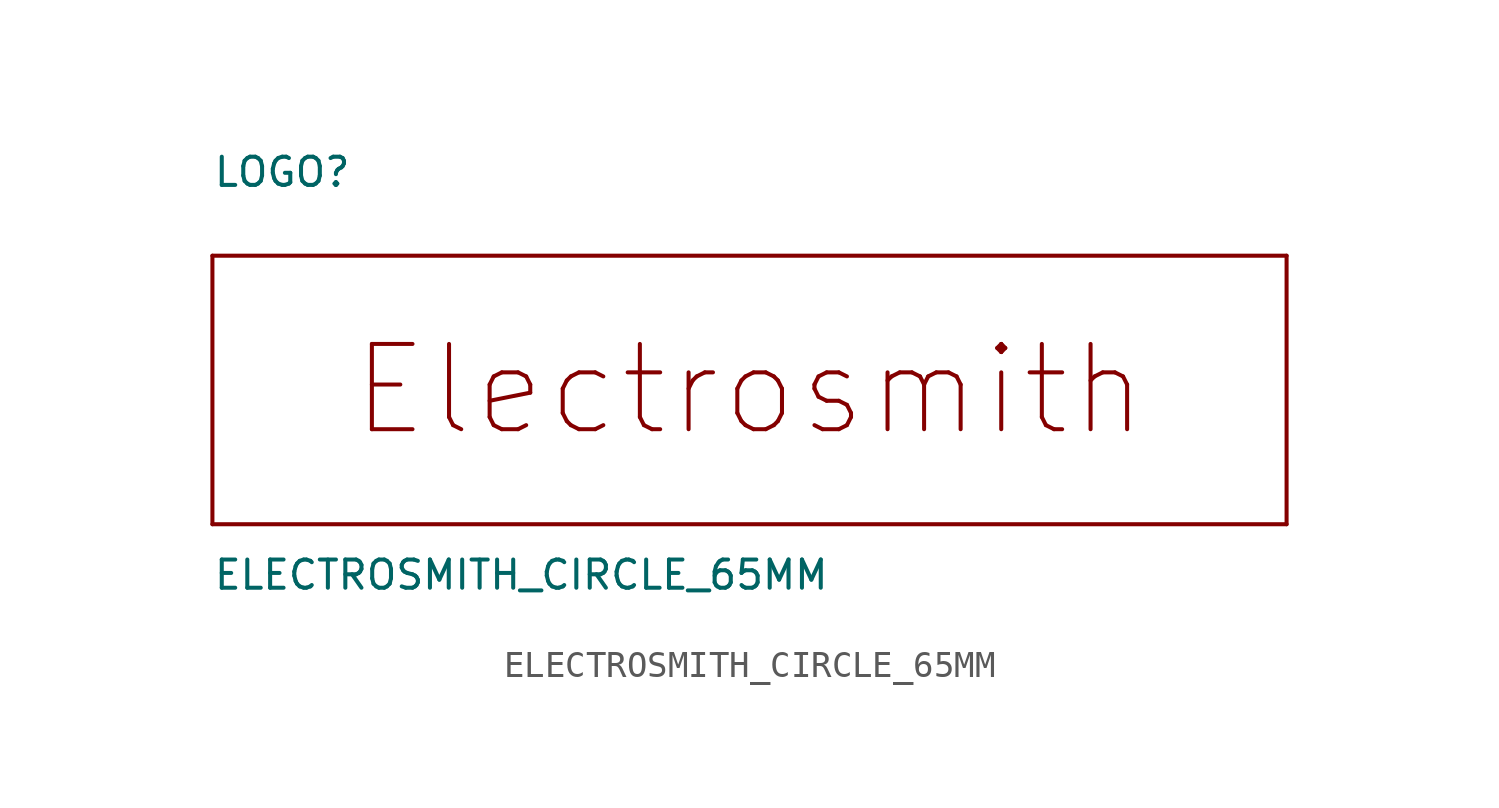
<source format=kicad_sym>
(kicad_symbol_lib
  (version 20211014)
  (generator kicad_symbol_editor)
  (symbol "ELECTROSMITH_CIRCLE_65MM"
    (pin_names
      (offset 1.016))
    (property "Reference" "LOGO"
      (at -20.32 7.62 0)
      (effects (font (size 1.067 1.067)) (justify left bottom)))
    (property "Value" "ELECTROSMITH_CIRCLE_65MM"
      (at -20.32 -7.62 0)
      (effects (font (size 1.067 1.067)) (justify left bottom)))
    (property "ki_locked" ""
      (at 0 0 0)
      (effects (font (size 1.27 1.27))))
    (symbol "ELECTROSMITH_CIRCLE_65MM_1_0"
      (polyline (pts (xy -20.32 -5.08) (xy -20.32 5.08)) (stroke (width 0) (type default) (color 0 0 0 0)) (fill (type none)))
      (polyline (pts (xy -20.32 5.08) (xy 20.32 5.08)) (stroke (width 0) (type default) (color 0 0 0 0)) (fill (type none)))
      (polyline (pts (xy 20.32 -5.08) (xy -20.32 -5.08)) (stroke (width 0) (type default) (color 0 0 0 0)) (fill (type none)))
      (polyline (pts (xy 20.32 5.08) (xy 20.32 -5.08)) (stroke (width 0) (type default) (color 0 0 0 0)) (fill (type none)))
      (text "Electrosmith" (at 0 0 0) (effects (font (size 3.226 3.226)))))))
</source>
